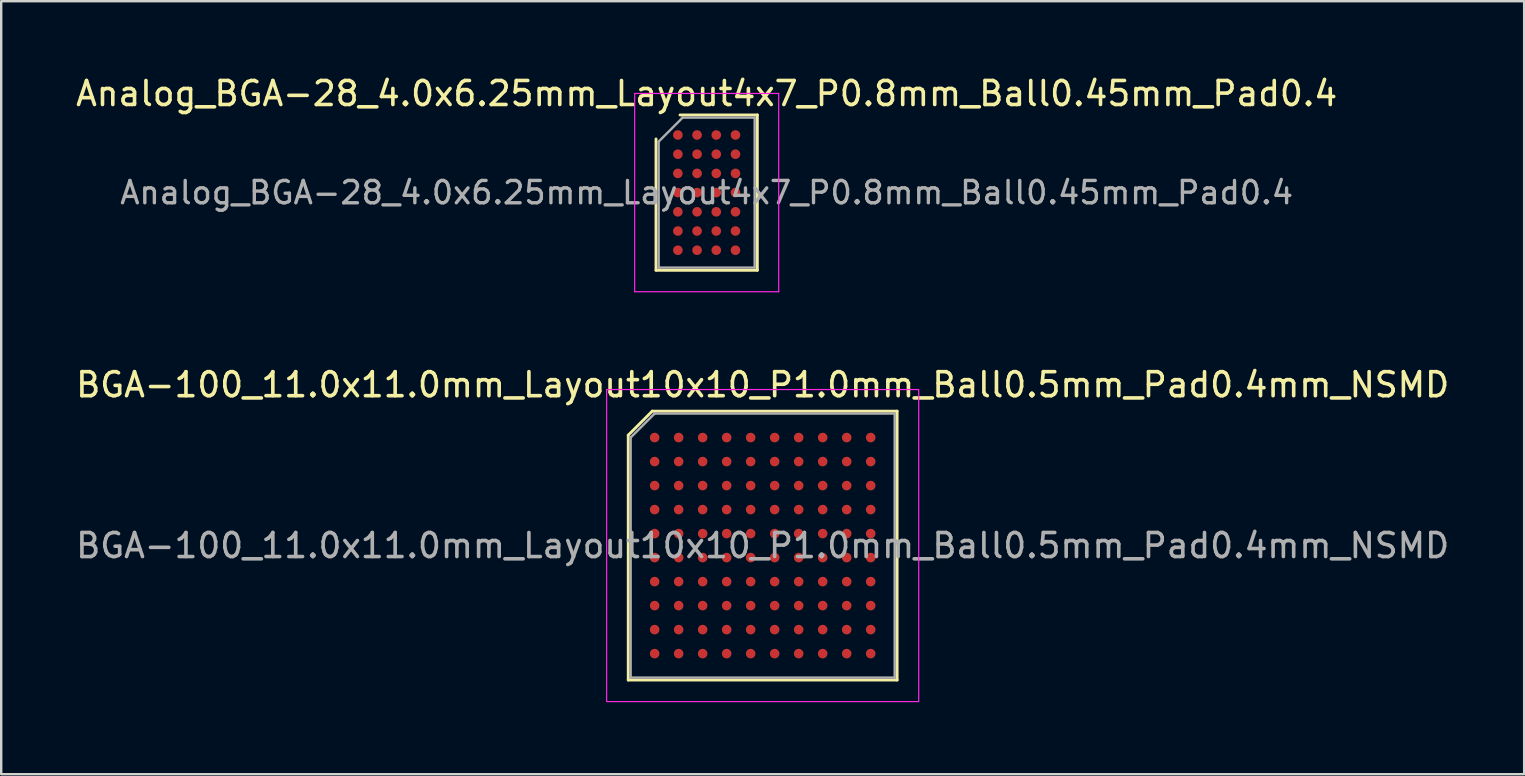
<source format=kicad_pcb>
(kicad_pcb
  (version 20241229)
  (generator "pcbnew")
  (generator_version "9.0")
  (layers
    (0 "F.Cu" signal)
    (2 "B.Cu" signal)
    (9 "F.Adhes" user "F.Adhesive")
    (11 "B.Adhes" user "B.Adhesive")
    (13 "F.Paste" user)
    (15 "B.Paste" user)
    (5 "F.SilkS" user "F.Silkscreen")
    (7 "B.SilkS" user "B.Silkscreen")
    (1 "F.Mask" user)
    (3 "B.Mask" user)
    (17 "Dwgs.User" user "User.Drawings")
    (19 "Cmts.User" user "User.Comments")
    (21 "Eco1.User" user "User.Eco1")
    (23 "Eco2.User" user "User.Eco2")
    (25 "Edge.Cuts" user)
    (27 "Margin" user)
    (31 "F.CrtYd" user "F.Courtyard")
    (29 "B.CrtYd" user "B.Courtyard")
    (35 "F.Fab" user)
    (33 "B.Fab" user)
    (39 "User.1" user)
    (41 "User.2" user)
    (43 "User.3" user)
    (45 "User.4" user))
  (footprint "Analog_BGA-28_4.0x6.25mm_Layout4x7_P0.8mm_Ball0.45mm_Pad0.4"
    (layer "F.Cu")
    (at 26.387 4.973)
    (property "Reference" "Analog_BGA-28_4.0x6.25mm_Layout4x7_P0.8mm_Ball0.45mm_Pad0.4" (at 0 -4.125 0) (layer "F.SilkS") (effects (font (size 1 1) (thickness 0.15))))
    (attr smd)
    (fp_line (start -2.11 3.235) (end -2.11 -2.235) (stroke (width 0.12) (type solid)) (layer "F.SilkS"))
    (fp_line (start -1.11 -3.235) (end 2.11 -3.235) (stroke (width 0.12) (type solid)) (layer "F.SilkS"))
    (fp_line (start 2.11 -3.235) (end 2.11 3.235) (stroke (width 0.12) (type solid)) (layer "F.SilkS"))
    (fp_line (start 2.11 3.235) (end -2.11 3.235) (stroke (width 0.12) (type solid)) (layer "F.SilkS"))
    (fp_line (start -3 -4.13) (end -3 4.13) (stroke (width 0.05) (type solid)) (layer "F.CrtYd"))
    (fp_line (start -3 4.13) (end 3 4.13) (stroke (width 0.05) (type solid)) (layer "F.CrtYd"))
    (fp_line (start 3 -4.13) (end -3 -4.13) (stroke (width 0.05) (type solid)) (layer "F.CrtYd"))
    (fp_line (start 3 4.13) (end 3 -4.13) (stroke (width 0.05) (type solid)) (layer "F.CrtYd"))
    (fp_line (start -2 -2.125) (end -1 -3.125) (stroke (width 0.1) (type solid)) (layer "F.Fab"))
    (fp_line (start -2 3.125) (end -2 -2.125) (stroke (width 0.1) (type solid)) (layer "F.Fab"))
    (fp_line (start -1 -3.125) (end 2 -3.125) (stroke (width 0.1) (type solid)) (layer "F.Fab"))
    (fp_line (start 2 -3.125) (end 2 3.125) (stroke (width 0.1) (type solid)) (layer "F.Fab"))
    (fp_line (start 2 3.125) (end -2 3.125) (stroke (width 0.1) (type solid)) (layer "F.Fab"))
    (fp_text user "${REFERENCE}" (at 0 0 0) (layer "F.Fab") (effects (font (size 0.93 0.93) (thickness 0.14))))
    (pad "A1" smd circle (at -1.2 -2.4) (size 0.4 0.4) (layers "F.Cu" "F.Mask" "F.Paste"))
    (pad "A2" smd circle (at -0.4 -2.4) (size 0.4 0.4) (layers "F.Cu" "F.Mask" "F.Paste"))
    (pad "A3" smd circle (at 0.4 -2.4) (size 0.4 0.4) (layers "F.Cu" "F.Mask" "F.Paste"))
    (pad "A4" smd circle (at 1.2 -2.4) (size 0.4 0.4) (layers "F.Cu" "F.Mask" "F.Paste"))
    (pad "B1" smd circle (at -1.2 -1.6) (size 0.4 0.4) (layers "F.Cu" "F.Mask" "F.Paste"))
    (pad "B2" smd circle (at -0.4 -1.6) (size 0.4 0.4) (layers "F.Cu" "F.Mask" "F.Paste"))
    (pad "B3" smd circle (at 0.4 -1.6) (size 0.4 0.4) (layers "F.Cu" "F.Mask" "F.Paste"))
    (pad "B4" smd circle (at 1.2 -1.6) (size 0.4 0.4) (layers "F.Cu" "F.Mask" "F.Paste"))
    (pad "C1" smd circle (at -1.2 -0.8) (size 0.4 0.4) (layers "F.Cu" "F.Mask" "F.Paste"))
    (pad "C2" smd circle (at -0.4 -0.8) (size 0.4 0.4) (layers "F.Cu" "F.Mask" "F.Paste"))
    (pad "C3" smd circle (at 0.4 -0.8) (size 0.4 0.4) (layers "F.Cu" "F.Mask" "F.Paste"))
    (pad "C4" smd circle (at 1.2 -0.8) (size 0.4 0.4) (layers "F.Cu" "F.Mask" "F.Paste"))
    (pad "D1" smd circle (at -1.2 0) (size 0.4 0.4) (layers "F.Cu" "F.Mask" "F.Paste"))
    (pad "D2" smd circle (at -0.4 0) (size 0.4 0.4) (layers "F.Cu" "F.Mask" "F.Paste"))
    (pad "D3" smd circle (at 0.4 0) (size 0.4 0.4) (layers "F.Cu" "F.Mask" "F.Paste"))
    (pad "D4" smd circle (at 1.2 0) (size 0.4 0.4) (layers "F.Cu" "F.Mask" "F.Paste"))
    (pad "E1" smd circle (at -1.2 0.8) (size 0.4 0.4) (layers "F.Cu" "F.Mask" "F.Paste"))
    (pad "E2" smd circle (at -0.4 0.8) (size 0.4 0.4) (layers "F.Cu" "F.Mask" "F.Paste"))
    (pad "E3" smd circle (at 0.4 0.8) (size 0.4 0.4) (layers "F.Cu" "F.Mask" "F.Paste"))
    (pad "E4" smd circle (at 1.2 0.8) (size 0.4 0.4) (layers "F.Cu" "F.Mask" "F.Paste"))
    (pad "F1" smd circle (at -1.2 1.6) (size 0.4 0.4) (layers "F.Cu" "F.Mask" "F.Paste"))
    (pad "F2" smd circle (at -0.4 1.6) (size 0.4 0.4) (layers "F.Cu" "F.Mask" "F.Paste"))
    (pad "F3" smd circle (at 0.4 1.6) (size 0.4 0.4) (layers "F.Cu" "F.Mask" "F.Paste"))
    (pad "F4" smd circle (at 1.2 1.6) (size 0.4 0.4) (layers "F.Cu" "F.Mask" "F.Paste"))
    (pad "G1" smd circle (at -1.2 2.4) (size 0.4 0.4) (layers "F.Cu" "F.Mask" "F.Paste"))
    (pad "G2" smd circle (at -0.4 2.4) (size 0.4 0.4) (layers "F.Cu" "F.Mask" "F.Paste"))
    (pad "G3" smd circle (at 0.4 2.4) (size 0.4 0.4) (layers "F.Cu" "F.Mask" "F.Paste"))
    (pad "G4" smd circle (at 1.2 2.4) (size 0.4 0.4) (layers "F.Cu" "F.Mask" "F.Paste")))
  (footprint "BGA-100_11.0x11.0mm_Layout10x10_P1.0mm_Ball0.5mm_Pad0.4mm_NSMD"
    (layer "F.Cu")
    (at 28.72 19.677)
    (property "Reference" "BGA-100_11.0x11.0mm_Layout10x10_P1.0mm_Ball0.5mm_Pad0.4mm_NSMD" (at 0 -6.7 0) (layer "F.SilkS") (effects (font (size 1 1) (thickness 0.15))))
    (attr smd)
    (fp_line (start -5.6 -4.6) (end -5.6 5.6) (stroke (width 0.12) (type solid)) (layer "F.SilkS"))
    (fp_line (start -5.6 5.6) (end 5.6 5.6) (stroke (width 0.12) (type solid)) (layer "F.SilkS"))
    (fp_line (start -4.6 -5.6) (end -5.6 -4.6) (stroke (width 0.12) (type solid)) (layer "F.SilkS"))
    (fp_line (start 5.6 -5.6) (end -4.6 -5.6) (stroke (width 0.12) (type solid)) (layer "F.SilkS"))
    (fp_line (start 5.6 5.6) (end 5.6 -5.6) (stroke (width 0.12) (type solid)) (layer "F.SilkS"))
    (fp_rect (start 6.5 6.5) (end -6.5 -6.5) (stroke (width 0.05) (type solid)) (fill no) (layer "F.CrtYd"))
    (fp_line (start -5.5 -4.5) (end -5.5 5.5) (stroke (width 0.1) (type solid)) (layer "F.Fab"))
    (fp_line (start -5.5 5.5) (end 5.5 5.5) (stroke (width 0.1) (type solid)) (layer "F.Fab"))
    (fp_line (start -4.5 -5.5) (end -5.5 -4.5) (stroke (width 0.1) (type solid)) (layer "F.Fab"))
    (fp_line (start 5.5 -5.5) (end -4.5 -5.5) (stroke (width 0.1) (type solid)) (layer "F.Fab"))
    (fp_line (start 5.5 5.5) (end 5.5 -5.5) (stroke (width 0.1) (type solid)) (layer "F.Fab"))
    (fp_text user "${REFERENCE}" (at 0 0 0) (layer "F.Fab") (effects (font (size 1 1) (thickness 0.15))))
    (pad "A1" smd circle (at -4.5 -4.5) (size 0.4 0.4) (layers "F.Cu" "F.Mask" "F.Paste"))
    (pad "A2" smd circle (at -3.5 -4.5) (size 0.4 0.4) (layers "F.Cu" "F.Mask" "F.Paste"))
    (pad "A3" smd circle (at -2.5 -4.5) (size 0.4 0.4) (layers "F.Cu" "F.Mask" "F.Paste"))
    (pad "A4" smd circle (at -1.5 -4.5) (size 0.4 0.4) (layers "F.Cu" "F.Mask" "F.Paste"))
    (pad "A5" smd circle (at -0.5 -4.5) (size 0.4 0.4) (layers "F.Cu" "F.Mask" "F.Paste"))
    (pad "A6" smd circle (at 0.5 -4.5) (size 0.4 0.4) (layers "F.Cu" "F.Mask" "F.Paste"))
    (pad "A7" smd circle (at 1.5 -4.5) (size 0.4 0.4) (layers "F.Cu" "F.Mask" "F.Paste"))
    (pad "A8" smd circle (at 2.5 -4.5) (size 0.4 0.4) (layers "F.Cu" "F.Mask" "F.Paste"))
    (pad "A9" smd circle (at 3.5 -4.5) (size 0.4 0.4) (layers "F.Cu" "F.Mask" "F.Paste"))
    (pad "A10" smd circle (at 4.5 -4.5) (size 0.4 0.4) (layers "F.Cu" "F.Mask" "F.Paste"))
    (pad "B1" smd circle (at -4.5 -3.5) (size 0.4 0.4) (layers "F.Cu" "F.Mask" "F.Paste"))
    (pad "B2" smd circle (at -3.5 -3.5) (size 0.4 0.4) (layers "F.Cu" "F.Mask" "F.Paste"))
    (pad "B3" smd circle (at -2.5 -3.5) (size 0.4 0.4) (layers "F.Cu" "F.Mask" "F.Paste"))
    (pad "B4" smd circle (at -1.5 -3.5) (size 0.4 0.4) (layers "F.Cu" "F.Mask" "F.Paste"))
    (pad "B5" smd circle (at -0.5 -3.5) (size 0.4 0.4) (layers "F.Cu" "F.Mask" "F.Paste"))
    (pad "B6" smd circle (at 0.5 -3.5) (size 0.4 0.4) (layers "F.Cu" "F.Mask" "F.Paste"))
    (pad "B7" smd circle (at 1.5 -3.5) (size 0.4 0.4) (layers "F.Cu" "F.Mask" "F.Paste"))
    (pad "B8" smd circle (at 2.5 -3.5) (size 0.4 0.4) (layers "F.Cu" "F.Mask" "F.Paste"))
    (pad "B9" smd circle (at 3.5 -3.5) (size 0.4 0.4) (layers "F.Cu" "F.Mask" "F.Paste"))
    (pad "B10" smd circle (at 4.5 -3.5) (size 0.4 0.4) (layers "F.Cu" "F.Mask" "F.Paste"))
    (pad "C1" smd circle (at -4.5 -2.5) (size 0.4 0.4) (layers "F.Cu" "F.Mask" "F.Paste"))
    (pad "C2" smd circle (at -3.5 -2.5) (size 0.4 0.4) (layers "F.Cu" "F.Mask" "F.Paste"))
    (pad "C3" smd circle (at -2.5 -2.5) (size 0.4 0.4) (layers "F.Cu" "F.Mask" "F.Paste"))
    (pad "C4" smd circle (at -1.5 -2.5) (size 0.4 0.4) (layers "F.Cu" "F.Mask" "F.Paste"))
    (pad "C5" smd circle (at -0.5 -2.5) (size 0.4 0.4) (layers "F.Cu" "F.Mask" "F.Paste"))
    (pad "C6" smd circle (at 0.5 -2.5) (size 0.4 0.4) (layers "F.Cu" "F.Mask" "F.Paste"))
    (pad "C7" smd circle (at 1.5 -2.5) (size 0.4 0.4) (layers "F.Cu" "F.Mask" "F.Paste"))
    (pad "C8" smd circle (at 2.5 -2.5) (size 0.4 0.4) (layers "F.Cu" "F.Mask" "F.Paste"))
    (pad "C9" smd circle (at 3.5 -2.5) (size 0.4 0.4) (layers "F.Cu" "F.Mask" "F.Paste"))
    (pad "C10" smd circle (at 4.5 -2.5) (size 0.4 0.4) (layers "F.Cu" "F.Mask" "F.Paste"))
    (pad "D1" smd circle (at -4.5 -1.5) (size 0.4 0.4) (layers "F.Cu" "F.Mask" "F.Paste"))
    (pad "D2" smd circle (at -3.5 -1.5) (size 0.4 0.4) (layers "F.Cu" "F.Mask" "F.Paste"))
    (pad "D3" smd circle (at -2.5 -1.5) (size 0.4 0.4) (layers "F.Cu" "F.Mask" "F.Paste"))
    (pad "D4" smd circle (at -1.5 -1.5) (size 0.4 0.4) (layers "F.Cu" "F.Mask" "F.Paste"))
    (pad "D5" smd circle (at -0.5 -1.5) (size 0.4 0.4) (layers "F.Cu" "F.Mask" "F.Paste"))
    (pad "D6" smd circle (at 0.5 -1.5) (size 0.4 0.4) (layers "F.Cu" "F.Mask" "F.Paste"))
    (pad "D7" smd circle (at 1.5 -1.5) (size 0.4 0.4) (layers "F.Cu" "F.Mask" "F.Paste"))
    (pad "D8" smd circle (at 2.5 -1.5) (size 0.4 0.4) (layers "F.Cu" "F.Mask" "F.Paste"))
    (pad "D9" smd circle (at 3.5 -1.5) (size 0.4 0.4) (layers "F.Cu" "F.Mask" "F.Paste"))
    (pad "D10" smd circle (at 4.5 -1.5) (size 0.4 0.4) (layers "F.Cu" "F.Mask" "F.Paste"))
    (pad "E1" smd circle (at -4.5 -0.5) (size 0.4 0.4) (layers "F.Cu" "F.Mask" "F.Paste"))
    (pad "E2" smd circle (at -3.5 -0.5) (size 0.4 0.4) (layers "F.Cu" "F.Mask" "F.Paste"))
    (pad "E3" smd circle (at -2.5 -0.5) (size 0.4 0.4) (layers "F.Cu" "F.Mask" "F.Paste"))
    (pad "E4" smd circle (at -1.5 -0.5) (size 0.4 0.4) (layers "F.Cu" "F.Mask" "F.Paste"))
    (pad "E5" smd circle (at -0.5 -0.5) (size 0.4 0.4) (layers "F.Cu" "F.Mask" "F.Paste"))
    (pad "E6" smd circle (at 0.5 -0.5) (size 0.4 0.4) (layers "F.Cu" "F.Mask" "F.Paste"))
    (pad "E7" smd circle (at 1.5 -0.5) (size 0.4 0.4) (layers "F.Cu" "F.Mask" "F.Paste"))
    (pad "E8" smd circle (at 2.5 -0.5) (size 0.4 0.4) (layers "F.Cu" "F.Mask" "F.Paste"))
    (pad "E9" smd circle (at 3.5 -0.5) (size 0.4 0.4) (layers "F.Cu" "F.Mask" "F.Paste"))
    (pad "E10" smd circle (at 4.5 -0.5) (size 0.4 0.4) (layers "F.Cu" "F.Mask" "F.Paste"))
    (pad "F1" smd circle (at -4.5 0.5) (size 0.4 0.4) (layers "F.Cu" "F.Mask" "F.Paste"))
    (pad "F2" smd circle (at -3.5 0.5) (size 0.4 0.4) (layers "F.Cu" "F.Mask" "F.Paste"))
    (pad "F3" smd circle (at -2.5 0.5) (size 0.4 0.4) (layers "F.Cu" "F.Mask" "F.Paste"))
    (pad "F4" smd circle (at -1.5 0.5) (size 0.4 0.4) (layers "F.Cu" "F.Mask" "F.Paste"))
    (pad "F5" smd circle (at -0.5 0.5) (size 0.4 0.4) (layers "F.Cu" "F.Mask" "F.Paste"))
    (pad "F6" smd circle (at 0.5 0.5) (size 0.4 0.4) (layers "F.Cu" "F.Mask" "F.Paste"))
    (pad "F7" smd circle (at 1.5 0.5) (size 0.4 0.4) (layers "F.Cu" "F.Mask" "F.Paste"))
    (pad "F8" smd circle (at 2.5 0.5) (size 0.4 0.4) (layers "F.Cu" "F.Mask" "F.Paste"))
    (pad "F9" smd circle (at 3.5 0.5) (size 0.4 0.4) (layers "F.Cu" "F.Mask" "F.Paste"))
    (pad "F10" smd circle (at 4.5 0.5) (size 0.4 0.4) (layers "F.Cu" "F.Mask" "F.Paste"))
    (pad "G1" smd circle (at -4.5 1.5) (size 0.4 0.4) (layers "F.Cu" "F.Mask" "F.Paste"))
    (pad "G2" smd circle (at -3.5 1.5) (size 0.4 0.4) (layers "F.Cu" "F.Mask" "F.Paste"))
    (pad "G3" smd circle (at -2.5 1.5) (size 0.4 0.4) (layers "F.Cu" "F.Mask" "F.Paste"))
    (pad "G4" smd circle (at -1.5 1.5) (size 0.4 0.4) (layers "F.Cu" "F.Mask" "F.Paste"))
    (pad "G5" smd circle (at -0.5 1.5) (size 0.4 0.4) (layers "F.Cu" "F.Mask" "F.Paste"))
    (pad "G6" smd circle (at 0.5 1.5) (size 0.4 0.4) (layers "F.Cu" "F.Mask" "F.Paste"))
    (pad "G7" smd circle (at 1.5 1.5) (size 0.4 0.4) (layers "F.Cu" "F.Mask" "F.Paste"))
    (pad "G8" smd circle (at 2.5 1.5) (size 0.4 0.4) (layers "F.Cu" "F.Mask" "F.Paste"))
    (pad "G9" smd circle (at 3.5 1.5) (size 0.4 0.4) (layers "F.Cu" "F.Mask" "F.Paste"))
    (pad "G10" smd circle (at 4.5 1.5) (size 0.4 0.4) (layers "F.Cu" "F.Mask" "F.Paste"))
    (pad "H1" smd circle (at -4.5 2.5) (size 0.4 0.4) (layers "F.Cu" "F.Mask" "F.Paste"))
    (pad "H2" smd circle (at -3.5 2.5) (size 0.4 0.4) (layers "F.Cu" "F.Mask" "F.Paste"))
    (pad "H3" smd circle (at -2.5 2.5) (size 0.4 0.4) (layers "F.Cu" "F.Mask" "F.Paste"))
    (pad "H4" smd circle (at -1.5 2.5) (size 0.4 0.4) (layers "F.Cu" "F.Mask" "F.Paste"))
    (pad "H5" smd circle (at -0.5 2.5) (size 0.4 0.4) (layers "F.Cu" "F.Mask" "F.Paste"))
    (pad "H6" smd circle (at 0.5 2.5) (size 0.4 0.4) (layers "F.Cu" "F.Mask" "F.Paste"))
    (pad "H7" smd circle (at 1.5 2.5) (size 0.4 0.4) (layers "F.Cu" "F.Mask" "F.Paste"))
    (pad "H8" smd circle (at 2.5 2.5) (size 0.4 0.4) (layers "F.Cu" "F.Mask" "F.Paste"))
    (pad "H9" smd circle (at 3.5 2.5) (size 0.4 0.4) (layers "F.Cu" "F.Mask" "F.Paste"))
    (pad "H10" smd circle (at 4.5 2.5) (size 0.4 0.4) (layers "F.Cu" "F.Mask" "F.Paste"))
    (pad "J1" smd circle (at -4.5 3.5) (size 0.4 0.4) (layers "F.Cu" "F.Mask" "F.Paste"))
    (pad "J2" smd circle (at -3.5 3.5) (size 0.4 0.4) (layers "F.Cu" "F.Mask" "F.Paste"))
    (pad "J3" smd circle (at -2.5 3.5) (size 0.4 0.4) (layers "F.Cu" "F.Mask" "F.Paste"))
    (pad "J4" smd circle (at -1.5 3.5) (size 0.4 0.4) (layers "F.Cu" "F.Mask" "F.Paste"))
    (pad "J5" smd circle (at -0.5 3.5) (size 0.4 0.4) (layers "F.Cu" "F.Mask" "F.Paste"))
    (pad "J6" smd circle (at 0.5 3.5) (size 0.4 0.4) (layers "F.Cu" "F.Mask" "F.Paste"))
    (pad "J7" smd circle (at 1.5 3.5) (size 0.4 0.4) (layers "F.Cu" "F.Mask" "F.Paste"))
    (pad "J8" smd circle (at 2.5 3.5) (size 0.4 0.4) (layers "F.Cu" "F.Mask" "F.Paste"))
    (pad "J9" smd circle (at 3.5 3.5) (size 0.4 0.4) (layers "F.Cu" "F.Mask" "F.Paste"))
    (pad "J10" smd circle (at 4.5 3.5) (size 0.4 0.4) (layers "F.Cu" "F.Mask" "F.Paste"))
    (pad "K1" smd circle (at -4.5 4.5) (size 0.4 0.4) (layers "F.Cu" "F.Mask" "F.Paste"))
    (pad "K2" smd circle (at -3.5 4.5) (size 0.4 0.4) (layers "F.Cu" "F.Mask" "F.Paste"))
    (pad "K3" smd circle (at -2.5 4.5) (size 0.4 0.4) (layers "F.Cu" "F.Mask" "F.Paste"))
    (pad "K4" smd circle (at -1.5 4.5) (size 0.4 0.4) (layers "F.Cu" "F.Mask" "F.Paste"))
    (pad "K5" smd circle (at -0.5 4.5) (size 0.4 0.4) (layers "F.Cu" "F.Mask" "F.Paste"))
    (pad "K6" smd circle (at 0.5 4.5) (size 0.4 0.4) (layers "F.Cu" "F.Mask" "F.Paste"))
    (pad "K7" smd circle (at 1.5 4.5) (size 0.4 0.4) (layers "F.Cu" "F.Mask" "F.Paste"))
    (pad "K8" smd circle (at 2.5 4.5) (size 0.4 0.4) (layers "F.Cu" "F.Mask" "F.Paste"))
    (pad "K9" smd circle (at 3.5 4.5) (size 0.4 0.4) (layers "F.Cu" "F.Mask" "F.Paste"))
    (pad "K10" smd circle (at 4.5 4.5) (size 0.4 0.4) (layers "F.Cu" "F.Mask" "F.Paste")))
  (gr_rect
    (start -3 -3)
    (end 60.44 29.201)
    (stroke (width 0.1) (type default))
    (fill no)
    (layer "Edge.Cuts")))
</source>
